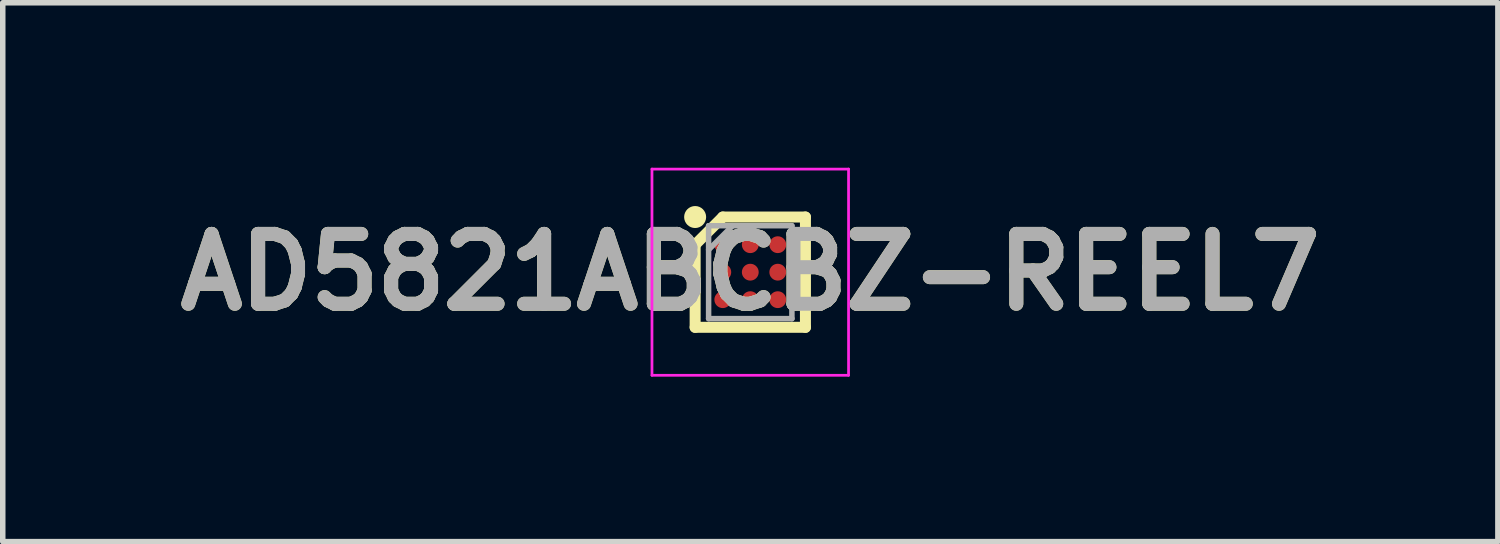
<source format=kicad_pcb>
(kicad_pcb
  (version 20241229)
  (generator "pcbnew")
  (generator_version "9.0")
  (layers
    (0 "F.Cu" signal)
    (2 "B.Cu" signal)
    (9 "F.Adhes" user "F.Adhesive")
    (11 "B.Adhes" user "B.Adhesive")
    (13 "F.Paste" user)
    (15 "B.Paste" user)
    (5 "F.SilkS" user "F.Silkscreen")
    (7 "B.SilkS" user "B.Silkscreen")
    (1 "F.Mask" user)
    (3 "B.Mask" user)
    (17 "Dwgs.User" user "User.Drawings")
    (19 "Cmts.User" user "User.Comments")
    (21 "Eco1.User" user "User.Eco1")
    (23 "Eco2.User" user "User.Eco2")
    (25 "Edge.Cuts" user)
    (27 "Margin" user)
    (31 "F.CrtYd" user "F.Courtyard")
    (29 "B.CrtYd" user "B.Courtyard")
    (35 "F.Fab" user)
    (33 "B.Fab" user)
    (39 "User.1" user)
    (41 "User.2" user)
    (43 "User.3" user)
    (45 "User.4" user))
  (footprint "AD5821ABCBZ-REEL7"
    (layer "F.Cu")
    (at 10.595 1.9)
    (property "Reference" "AD5821ABCBZ-REEL7" (at 0 0 0) (layer "F.SilkS") (effects (font (size 1.27 1.27) (thickness 0.254))))
    (attr smd)
    (fp_line (start -1.003 -0.5) (end -0.5 -1.003) (stroke (width 0.2) (type solid)) (layer "F.SilkS"))
    (fp_line (start -1.003 1.003) (end -1.003 -0.5) (stroke (width 0.2) (type solid)) (layer "F.SilkS"))
    (fp_line (start -0.5 -1.003) (end 1.003 -1.003) (stroke (width 0.2) (type solid)) (layer "F.SilkS"))
    (fp_line (start 1.003 -1.003) (end 1.003 1.003) (stroke (width 0.2) (type solid)) (layer "F.SilkS"))
    (fp_line (start 1.003 1.003) (end -1.003 1.003) (stroke (width 0.2) (type solid)) (layer "F.SilkS"))
    (fp_circle (center -1.003 -1.003) (end -1.003 -0.903) (stroke (width 0.2) (type solid)) (fill no) (layer "F.SilkS"))
    (fp_line (start -1.788 -1.875) (end 1.787 -1.875) (stroke (width 0.05) (type solid)) (layer "F.CrtYd"))
    (fp_line (start -1.788 1.875) (end -1.788 -1.875) (stroke (width 0.05) (type solid)) (layer "F.CrtYd"))
    (fp_line (start 1.787 -1.875) (end 1.787 1.875) (stroke (width 0.05) (type solid)) (layer "F.CrtYd"))
    (fp_line (start 1.787 1.875) (end -1.788 1.875) (stroke (width 0.05) (type solid)) (layer "F.CrtYd"))
    (fp_line (start -0.758 -0.845) (end 0.757 -0.845) (stroke (width 0.1) (type solid)) (layer "F.Fab"))
    (fp_line (start -0.758 -0.408) (end -0.32 -0.846) (stroke (width 0.1) (type solid)) (layer "F.Fab"))
    (fp_line (start -0.758 0.845) (end -0.758 -0.845) (stroke (width 0.1) (type solid)) (layer "F.Fab"))
    (fp_line (start 0.757 -0.845) (end 0.757 0.845) (stroke (width 0.1) (type solid)) (layer "F.Fab"))
    (fp_line (start 0.757 0.845) (end -0.758 0.845) (stroke (width 0.1) (type solid)) (layer "F.Fab"))
    (fp_text user "${REFERENCE}" (at 0 0 0) (layer "F.Fab") (effects (font (size 1.27 1.27) (thickness 0.254))))
    (pad "A1" smd circle (at -0.5 -0.5 90) (size 0.306 0.306) (layers "F.Cu" "F.Mask" "F.Paste"))
    (pad "A2" smd circle (at 0 -0.5 90) (size 0.306 0.306) (layers "F.Cu" "F.Mask" "F.Paste"))
    (pad "A3" smd circle (at 0.5 -0.5 90) (size 0.306 0.306) (layers "F.Cu" "F.Mask" "F.Paste"))
    (pad "B1" smd circle (at -0.5 0 90) (size 0.306 0.306) (layers "F.Cu" "F.Mask" "F.Paste"))
    (pad "B2" smd circle (at 0 0 90) (size 0.306 0.306) (layers "F.Cu" "F.Mask" "F.Paste"))
    (pad "B3" smd circle (at 0.5 0 90) (size 0.306 0.306) (layers "F.Cu" "F.Mask" "F.Paste"))
    (pad "C1" smd circle (at -0.5 0.5 90) (size 0.306 0.306) (layers "F.Cu" "F.Mask" "F.Paste"))
    (pad "C2" smd circle (at 0 0.5 90) (size 0.306 0.306) (layers "F.Cu" "F.Mask" "F.Paste"))
    (pad "C3" smd circle (at 0.5 0.5 90) (size 0.306 0.306) (layers "F.Cu" "F.Mask" "F.Paste")))
  (gr_rect
    (start -3 -3)
    (end 24.191 6.8)
    (stroke (width 0.1) (type default))
    (fill no)
    (layer "Edge.Cuts")))
</source>
